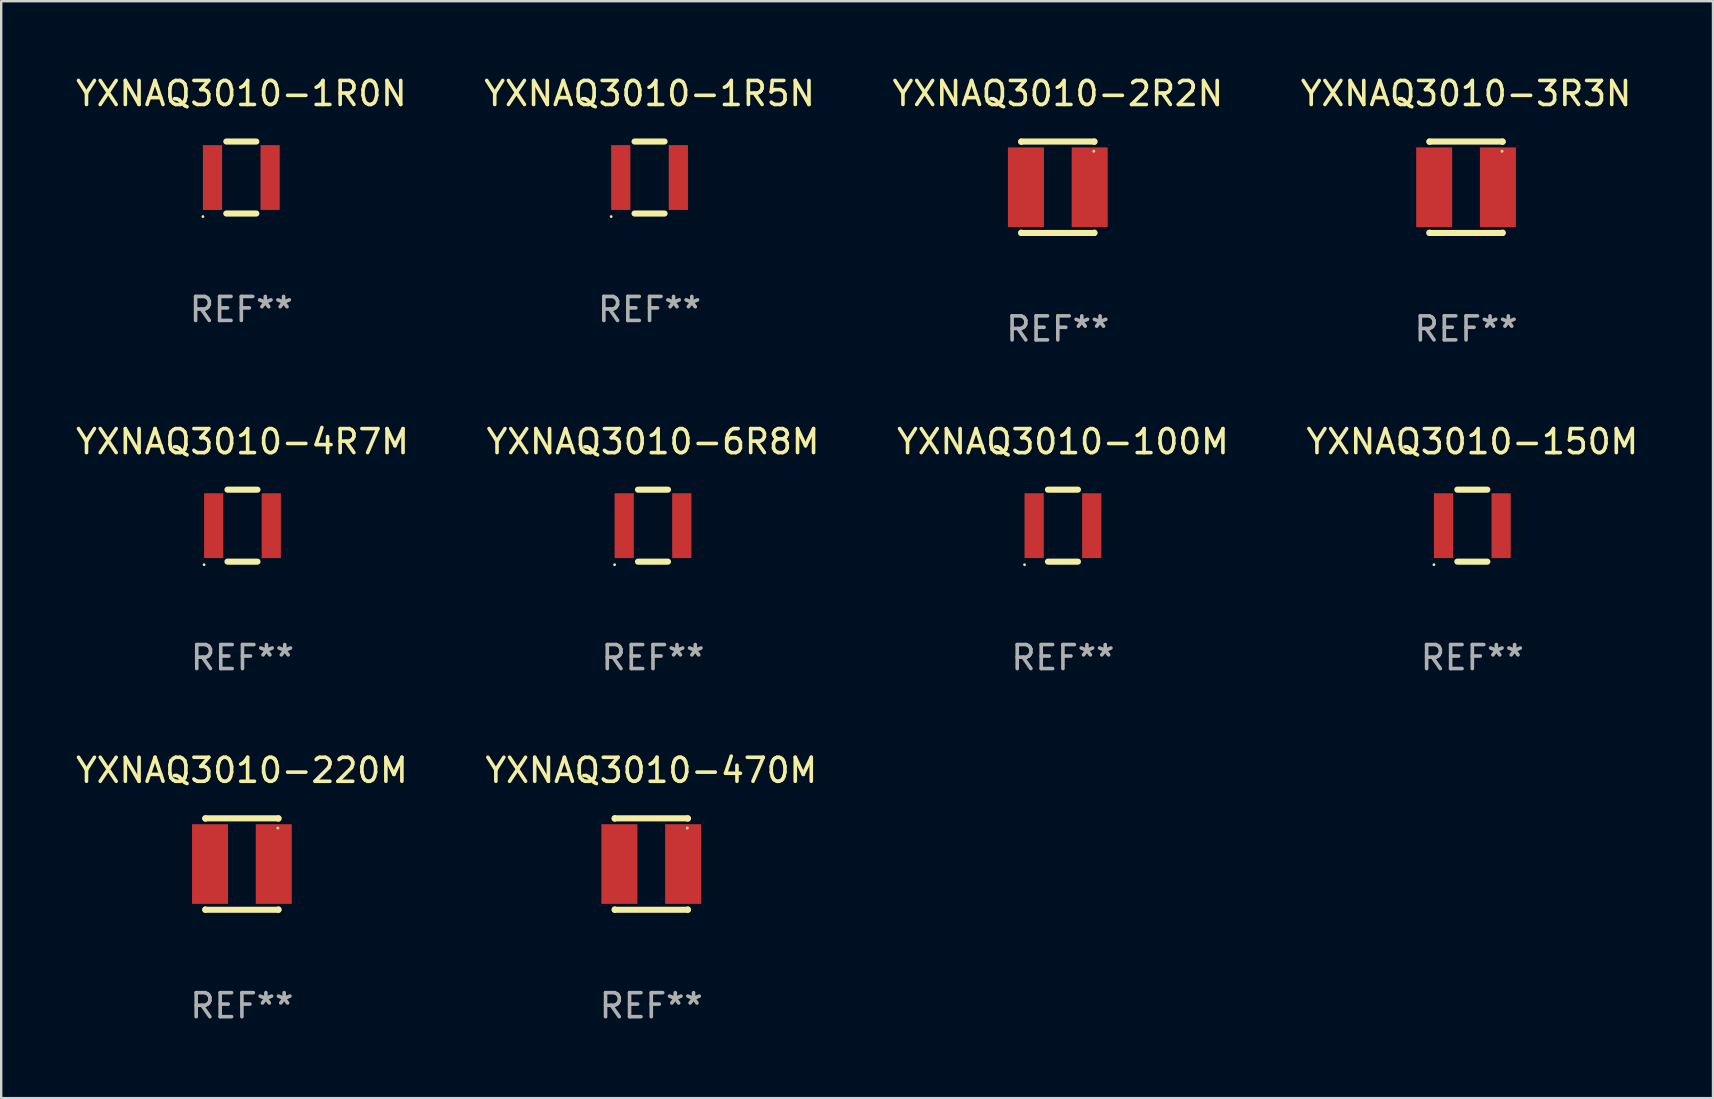
<source format=kicad_pcb>
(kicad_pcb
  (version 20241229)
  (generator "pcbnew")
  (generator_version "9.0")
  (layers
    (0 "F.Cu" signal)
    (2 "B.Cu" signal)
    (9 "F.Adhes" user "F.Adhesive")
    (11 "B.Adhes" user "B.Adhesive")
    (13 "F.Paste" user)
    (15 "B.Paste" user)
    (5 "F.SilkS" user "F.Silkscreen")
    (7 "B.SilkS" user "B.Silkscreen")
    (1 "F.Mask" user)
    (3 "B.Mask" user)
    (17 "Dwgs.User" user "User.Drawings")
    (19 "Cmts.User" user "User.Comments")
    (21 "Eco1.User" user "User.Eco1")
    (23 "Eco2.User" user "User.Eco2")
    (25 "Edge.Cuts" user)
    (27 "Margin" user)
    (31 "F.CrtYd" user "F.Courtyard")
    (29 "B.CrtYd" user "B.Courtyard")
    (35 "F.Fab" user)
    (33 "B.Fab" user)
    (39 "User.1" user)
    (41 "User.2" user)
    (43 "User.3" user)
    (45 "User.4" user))
  (footprint "YXNAQ3010-150M"
    (layer "F.Cu")
    (at 58.304 18.855)
    (property "Reference" "YXNAQ3010-150M" (at 0 -3.5 0) (layer "F.SilkS") (effects (font (size 1 1) (thickness 0.15))))
    (attr through_hole)
    (fp_line (start -0.625 -1.5) (end 0.625 -1.5) (stroke (width 0.254) (type solid)) (layer "F.SilkS"))
    (fp_line (start -0.625 1.5) (end 0.625 1.5) (stroke (width 0.254) (type solid)) (layer "F.SilkS"))
    (fp_circle (center -1.6 1.627) (end -1.57 1.627) (stroke (width 0.06) (type solid)) (fill no) (layer "F.SilkS"))
    (fp_text user "REF**" (at 0 5.5 0) (layer "F.Fab") (effects (font (size 1 1) (thickness 0.15))))
    (pad "1" smd rect (at -1.2 0 180) (size 0.8 2.7) (layers "F.Cu" "F.Mask" "F.Paste"))
    (pad "2" smd rect (at 1.2 0 180) (size 0.8 2.7) (layers "F.Cu" "F.Mask" "F.Paste")))
  (footprint "YXNAQ3010-3R3N"
    (layer "F.Cu")
    (at 58.042 4.753)
    (property "Reference" "YXNAQ3010-3R3N" (at 0 -3.905 0) (layer "F.SilkS") (effects (font (size 1 1) (thickness 0.15))))
    (attr through_hole)
    (fp_line (start -1.524 -1.905) (end 1.524 -1.905) (stroke (width 0.254) (type solid)) (layer "F.SilkS"))
    (fp_line (start -1.524 -1.891) (end -1.524 -1.905) (stroke (width 0.254) (type solid)) (layer "F.SilkS"))
    (fp_line (start -1.524 1.905) (end -1.524 1.891) (stroke (width 0.254) (type solid)) (layer "F.SilkS"))
    (fp_line (start -1.524 1.905) (end 1.524 1.905) (stroke (width 0.254) (type solid)) (layer "F.SilkS"))
    (fp_line (start 1.524 -1.905) (end 1.524 -1.891) (stroke (width 0.254) (type solid)) (layer "F.SilkS"))
    (fp_line (start 1.524 1.891) (end 1.524 1.905) (stroke (width 0.254) (type solid)) (layer "F.SilkS"))
    (fp_circle (center 1.5 -1.5) (end 1.53 -1.5) (stroke (width 0.06) (type solid)) (fill no) (layer "F.SilkS"))
    (fp_text user "REF**" (at 0 5.905 0) (layer "F.Fab") (effects (font (size 1 1) (thickness 0.15))))
    (pad "1" smd rect (at 1.328 0) (size 1.5 3.32) (layers "F.Cu" "F.Mask" "F.Paste"))
    (pad "2" smd rect (at -1.328 0) (size 1.5 3.32) (layers "F.Cu" "F.Mask" "F.Paste")))
  (footprint "YXNAQ3010-2R2N"
    (layer "F.Cu")
    (at 41.03 4.753)
    (property "Reference" "YXNAQ3010-2R2N" (at 0 -3.905 0) (layer "F.SilkS") (effects (font (size 1 1) (thickness 0.15))))
    (attr through_hole)
    (fp_line (start -1.524 -1.905) (end 1.524 -1.905) (stroke (width 0.254) (type solid)) (layer "F.SilkS"))
    (fp_line (start -1.524 -1.891) (end -1.524 -1.905) (stroke (width 0.254) (type solid)) (layer "F.SilkS"))
    (fp_line (start -1.524 1.905) (end -1.524 1.891) (stroke (width 0.254) (type solid)) (layer "F.SilkS"))
    (fp_line (start -1.524 1.905) (end 1.524 1.905) (stroke (width 0.254) (type solid)) (layer "F.SilkS"))
    (fp_line (start 1.524 -1.905) (end 1.524 -1.891) (stroke (width 0.254) (type solid)) (layer "F.SilkS"))
    (fp_line (start 1.524 1.891) (end 1.524 1.905) (stroke (width 0.254) (type solid)) (layer "F.SilkS"))
    (fp_circle (center 1.5 -1.5) (end 1.53 -1.5) (stroke (width 0.06) (type solid)) (fill no) (layer "F.SilkS"))
    (fp_text user "REF**" (at 0 5.905 0) (layer "F.Fab") (effects (font (size 1 1) (thickness 0.15))))
    (pad "1" smd rect (at 1.328 0) (size 1.5 3.32) (layers "F.Cu" "F.Mask" "F.Paste"))
    (pad "2" smd rect (at -1.328 0) (size 1.5 3.32) (layers "F.Cu" "F.Mask" "F.Paste")))
  (footprint "YXNAQ3010-6R8M"
    (layer "F.Cu")
    (at 24.161 18.855)
    (property "Reference" "YXNAQ3010-6R8M" (at 0 -3.5 0) (layer "F.SilkS") (effects (font (size 1 1) (thickness 0.15))))
    (attr through_hole)
    (fp_line (start -0.625 -1.5) (end 0.625 -1.5) (stroke (width 0.254) (type solid)) (layer "F.SilkS"))
    (fp_line (start -0.625 1.5) (end 0.625 1.5) (stroke (width 0.254) (type solid)) (layer "F.SilkS"))
    (fp_circle (center -1.6 1.627) (end -1.57 1.627) (stroke (width 0.06) (type solid)) (fill no) (layer "F.SilkS"))
    (fp_text user "REF**" (at 0 5.5 0) (layer "F.Fab") (effects (font (size 1 1) (thickness 0.15))))
    (pad "1" smd rect (at -1.2 0 180) (size 0.8 2.7) (layers "F.Cu" "F.Mask" "F.Paste"))
    (pad "2" smd rect (at 1.2 0 180) (size 0.8 2.7) (layers "F.Cu" "F.Mask" "F.Paste")))
  (footprint "YXNAQ3010-470M"
    (layer "F.Cu")
    (at 24.089 32.956)
    (property "Reference" "YXNAQ3010-470M" (at 0 -3.905 0) (layer "F.SilkS") (effects (font (size 1 1) (thickness 0.15))))
    (attr through_hole)
    (fp_line (start -1.524 -1.905) (end 1.524 -1.905) (stroke (width 0.254) (type solid)) (layer "F.SilkS"))
    (fp_line (start -1.524 -1.891) (end -1.524 -1.905) (stroke (width 0.254) (type solid)) (layer "F.SilkS"))
    (fp_line (start -1.524 1.905) (end -1.524 1.891) (stroke (width 0.254) (type solid)) (layer "F.SilkS"))
    (fp_line (start -1.524 1.905) (end 1.524 1.905) (stroke (width 0.254) (type solid)) (layer "F.SilkS"))
    (fp_line (start 1.524 -1.905) (end 1.524 -1.891) (stroke (width 0.254) (type solid)) (layer "F.SilkS"))
    (fp_line (start 1.524 1.891) (end 1.524 1.905) (stroke (width 0.254) (type solid)) (layer "F.SilkS"))
    (fp_circle (center 1.5 -1.5) (end 1.53 -1.5) (stroke (width 0.06) (type solid)) (fill no) (layer "F.SilkS"))
    (fp_text user "REF**" (at 0 5.905 0) (layer "F.Fab") (effects (font (size 1 1) (thickness 0.15))))
    (pad "1" smd rect (at 1.328 0) (size 1.5 3.32) (layers "F.Cu" "F.Mask" "F.Paste"))
    (pad "2" smd rect (at -1.328 0) (size 1.5 3.32) (layers "F.Cu" "F.Mask" "F.Paste")))
  (footprint "YXNAQ3010-220M"
    (layer "F.Cu")
    (at 7.03 32.956)
    (property "Reference" "YXNAQ3010-220M" (at 0 -3.905 0) (layer "F.SilkS") (effects (font (size 1 1) (thickness 0.15))))
    (attr through_hole)
    (fp_line (start -1.524 -1.905) (end 1.524 -1.905) (stroke (width 0.254) (type solid)) (layer "F.SilkS"))
    (fp_line (start -1.524 -1.891) (end -1.524 -1.905) (stroke (width 0.254) (type solid)) (layer "F.SilkS"))
    (fp_line (start -1.524 1.905) (end -1.524 1.891) (stroke (width 0.254) (type solid)) (layer "F.SilkS"))
    (fp_line (start -1.524 1.905) (end 1.524 1.905) (stroke (width 0.254) (type solid)) (layer "F.SilkS"))
    (fp_line (start 1.524 -1.905) (end 1.524 -1.891) (stroke (width 0.254) (type solid)) (layer "F.SilkS"))
    (fp_line (start 1.524 1.891) (end 1.524 1.905) (stroke (width 0.254) (type solid)) (layer "F.SilkS"))
    (fp_circle (center 1.5 -1.5) (end 1.53 -1.5) (stroke (width 0.06) (type solid)) (fill no) (layer "F.SilkS"))
    (fp_text user "REF**" (at 0 5.905 0) (layer "F.Fab") (effects (font (size 1 1) (thickness 0.15))))
    (pad "1" smd rect (at 1.328 0) (size 1.5 3.32) (layers "F.Cu" "F.Mask" "F.Paste"))
    (pad "2" smd rect (at -1.328 0) (size 1.5 3.32) (layers "F.Cu" "F.Mask" "F.Paste")))
  (footprint "YXNAQ3010-4R7M"
    (layer "F.Cu")
    (at 7.054 18.855)
    (property "Reference" "YXNAQ3010-4R7M" (at 0 -3.5 0) (layer "F.SilkS") (effects (font (size 1 1) (thickness 0.15))))
    (attr through_hole)
    (fp_line (start -0.625 -1.5) (end 0.625 -1.5) (stroke (width 0.254) (type solid)) (layer "F.SilkS"))
    (fp_line (start -0.625 1.5) (end 0.625 1.5) (stroke (width 0.254) (type solid)) (layer "F.SilkS"))
    (fp_circle (center -1.6 1.627) (end -1.57 1.627) (stroke (width 0.06) (type solid)) (fill no) (layer "F.SilkS"))
    (fp_text user "REF**" (at 0 5.5 0) (layer "F.Fab") (effects (font (size 1 1) (thickness 0.15))))
    (pad "1" smd rect (at -1.2 0 180) (size 0.8 2.7) (layers "F.Cu" "F.Mask" "F.Paste"))
    (pad "2" smd rect (at 1.2 0 180) (size 0.8 2.7) (layers "F.Cu" "F.Mask" "F.Paste")))
  (footprint "YXNAQ3010-1R0N"
    (layer "F.Cu")
    (at 7.006 4.348)
    (property "Reference" "YXNAQ3010-1R0N" (at 0 -3.5 0) (layer "F.SilkS") (effects (font (size 1 1) (thickness 0.15))))
    (attr through_hole)
    (fp_line (start -0.625 -1.5) (end 0.625 -1.5) (stroke (width 0.254) (type solid)) (layer "F.SilkS"))
    (fp_line (start -0.625 1.5) (end 0.625 1.5) (stroke (width 0.254) (type solid)) (layer "F.SilkS"))
    (fp_circle (center -1.6 1.627) (end -1.57 1.627) (stroke (width 0.06) (type solid)) (fill no) (layer "F.SilkS"))
    (fp_text user "REF**" (at 0 5.5 0) (layer "F.Fab") (effects (font (size 1 1) (thickness 0.15))))
    (pad "1" smd rect (at -1.2 0 180) (size 0.8 2.7) (layers "F.Cu" "F.Mask" "F.Paste"))
    (pad "2" smd rect (at 1.2 0 180) (size 0.8 2.7) (layers "F.Cu" "F.Mask" "F.Paste")))
  (footprint "YXNAQ3010-1R5N"
    (layer "F.Cu")
    (at 24.018 4.348)
    (property "Reference" "YXNAQ3010-1R5N" (at 0 -3.5 0) (layer "F.SilkS") (effects (font (size 1 1) (thickness 0.15))))
    (attr through_hole)
    (fp_line (start -0.625 -1.5) (end 0.625 -1.5) (stroke (width 0.254) (type solid)) (layer "F.SilkS"))
    (fp_line (start -0.625 1.5) (end 0.625 1.5) (stroke (width 0.254) (type solid)) (layer "F.SilkS"))
    (fp_circle (center -1.6 1.627) (end -1.57 1.627) (stroke (width 0.06) (type solid)) (fill no) (layer "F.SilkS"))
    (fp_text user "REF**" (at 0 5.5 0) (layer "F.Fab") (effects (font (size 1 1) (thickness 0.15))))
    (pad "1" smd rect (at -1.2 0 180) (size 0.8 2.7) (layers "F.Cu" "F.Mask" "F.Paste"))
    (pad "2" smd rect (at 1.2 0 180) (size 0.8 2.7) (layers "F.Cu" "F.Mask" "F.Paste")))
  (footprint "YXNAQ3010-100M"
    (layer "F.Cu")
    (at 41.244 18.855)
    (property "Reference" "YXNAQ3010-100M" (at 0 -3.5 0) (layer "F.SilkS") (effects (font (size 1 1) (thickness 0.15))))
    (attr through_hole)
    (fp_line (start -0.625 -1.5) (end 0.625 -1.5) (stroke (width 0.254) (type solid)) (layer "F.SilkS"))
    (fp_line (start -0.625 1.5) (end 0.625 1.5) (stroke (width 0.254) (type solid)) (layer "F.SilkS"))
    (fp_circle (center -1.6 1.627) (end -1.57 1.627) (stroke (width 0.06) (type solid)) (fill no) (layer "F.SilkS"))
    (fp_text user "REF**" (at 0 5.5 0) (layer "F.Fab") (effects (font (size 1 1) (thickness 0.15))))
    (pad "1" smd rect (at -1.2 0 180) (size 0.8 2.7) (layers "F.Cu" "F.Mask" "F.Paste"))
    (pad "2" smd rect (at 1.2 0 180) (size 0.8 2.7) (layers "F.Cu" "F.Mask" "F.Paste")))
  (gr_rect
    (start -3 -3)
    (end 68.333 42.71)
    (stroke (width 0.1) (type default))
    (fill no)
    (layer "Edge.Cuts")))
</source>
